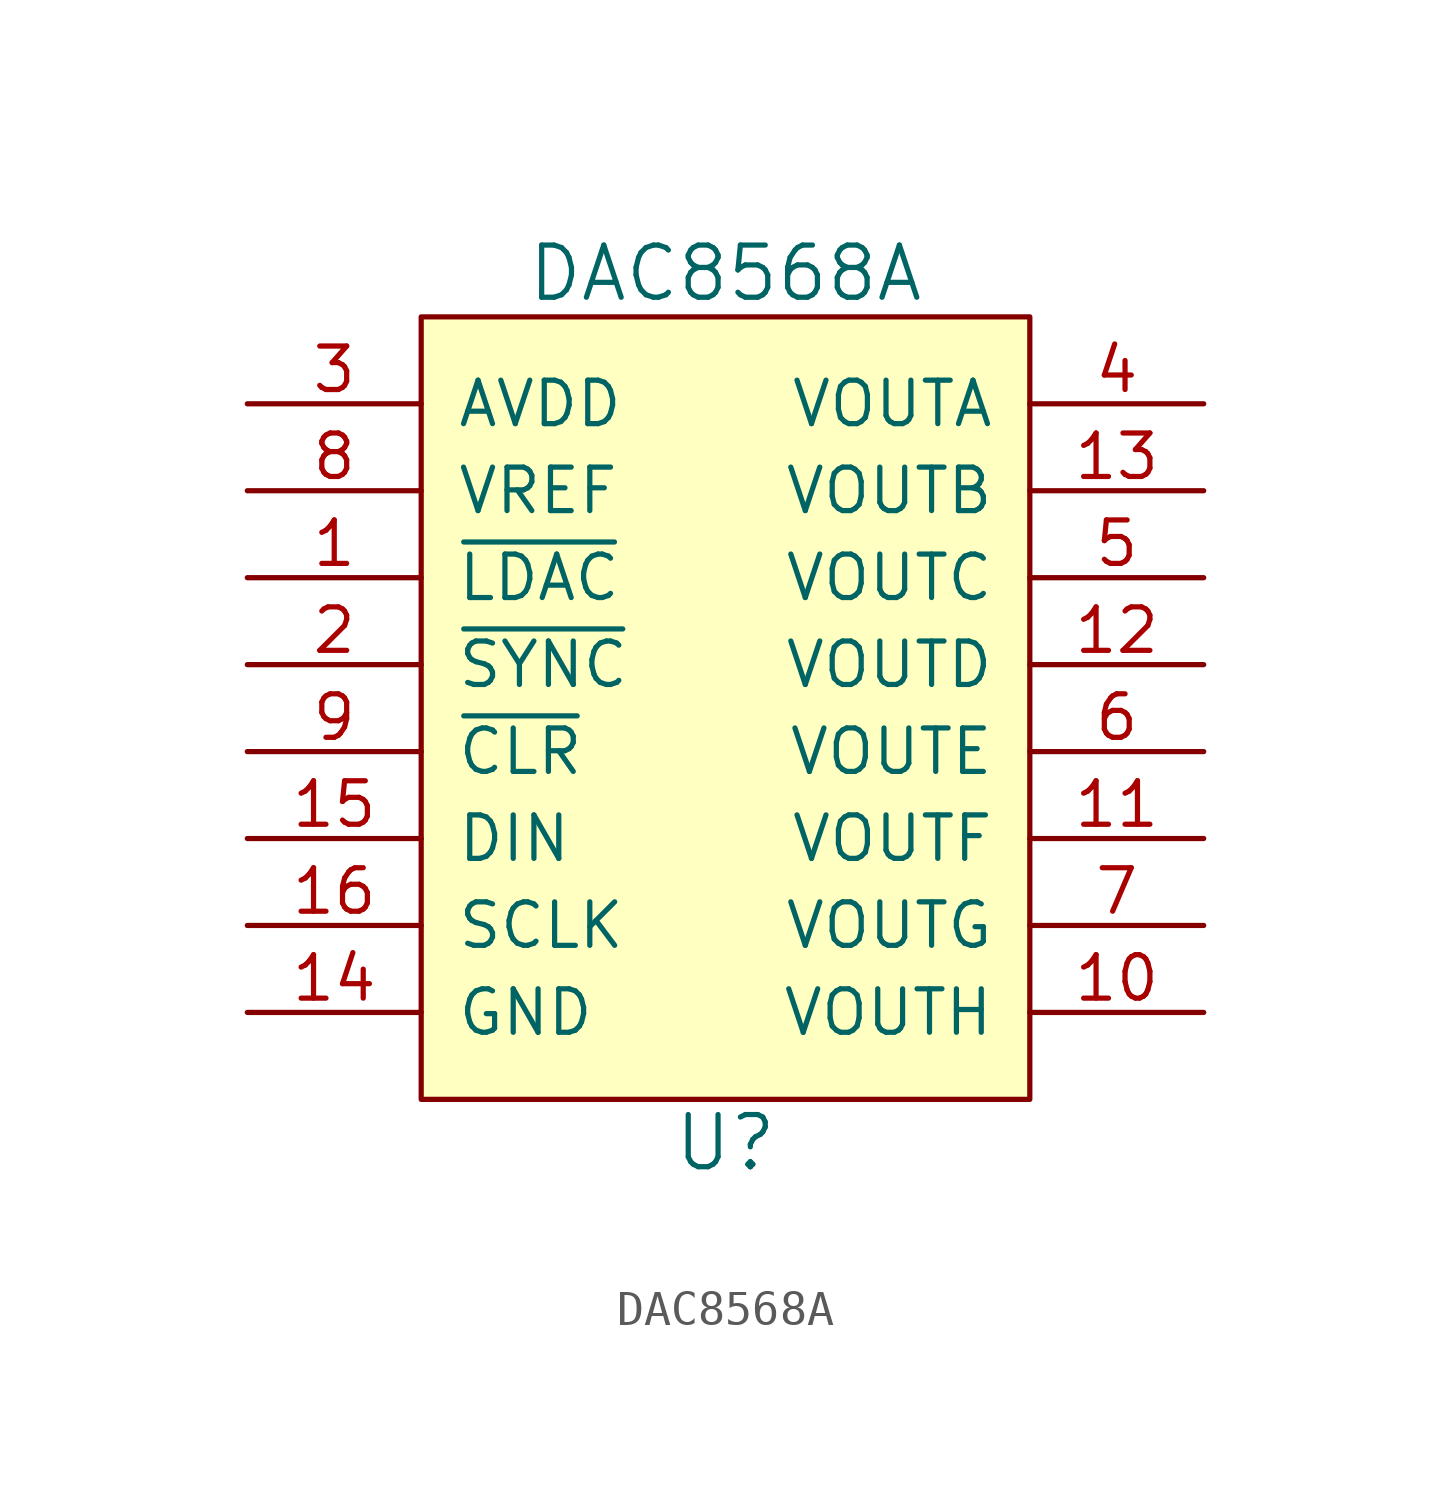
<source format=kicad_sym>
(kicad_symbol_lib
  (version 20220914)
  (generator kicad_symbol_editor)
  (symbol "DAC8568A"
    (pin_names
      (offset 1.016))
    (property "Reference" "U"
      (at 13.97 -21.59 0)
      (effects (font (size 1.524 1.524))))
    (property "Value" "DAC8568A"
      (at 13.97 3.81 0)
      (effects (font (size 1.524 1.524))))
    (symbol "DAC8568A_0_1"
      (rectangle (start 22.86 -20.32) (end 5.08 2.54) (stroke (width 0) (type solid)) (fill (type background))))
    (symbol "DAC8568A_1_1"
      (pin input line (at 0 -5.08 0) (length 5.08) (name "~{LDAC}" (effects (font (size 1.27 1.27)))) (number "1" (effects (font (size 1.27 1.27)))))
      (pin output line (at 27.94 -17.78 180) (length 5.08) (name "VOUTH" (effects (font (size 1.27 1.27)))) (number "10" (effects (font (size 1.27 1.27)))))
      (pin output line (at 27.94 -12.7 180) (length 5.08) (name "VOUTF" (effects (font (size 1.27 1.27)))) (number "11" (effects (font (size 1.27 1.27)))))
      (pin output line (at 27.94 -7.62 180) (length 5.08) (name "VOUTD" (effects (font (size 1.27 1.27)))) (number "12" (effects (font (size 1.27 1.27)))))
      (pin output line (at 27.94 -2.54 180) (length 5.08) (name "VOUTB" (effects (font (size 1.27 1.27)))) (number "13" (effects (font (size 1.27 1.27)))))
      (pin power_in line (at 0 -17.78 0) (length 5.08) (name "GND" (effects (font (size 1.27 1.27)))) (number "14" (effects (font (size 1.27 1.27)))))
      (pin input line (at 0 -12.7 0) (length 5.08) (name "DIN" (effects (font (size 1.27 1.27)))) (number "15" (effects (font (size 1.27 1.27)))))
      (pin input line (at 0 -15.24 0) (length 5.08) (name "SCLK" (effects (font (size 1.27 1.27)))) (number "16" (effects (font (size 1.27 1.27)))))
      (pin input line (at 0 -7.62 0) (length 5.08) (name "~{SYNC}" (effects (font (size 1.27 1.27)))) (number "2" (effects (font (size 1.27 1.27)))))
      (pin power_in line (at 0 0 0) (length 5.08) (name "AVDD" (effects (font (size 1.27 1.27)))) (number "3" (effects (font (size 1.27 1.27)))))
      (pin output line (at 27.94 0 180) (length 5.08) (name "VOUTA" (effects (font (size 1.27 1.27)))) (number "4" (effects (font (size 1.27 1.27)))))
      (pin output line (at 27.94 -5.08 180) (length 5.08) (name "VOUTC" (effects (font (size 1.27 1.27)))) (number "5" (effects (font (size 1.27 1.27)))))
      (pin output line (at 27.94 -10.16 180) (length 5.08) (name "VOUTE" (effects (font (size 1.27 1.27)))) (number "6" (effects (font (size 1.27 1.27)))))
      (pin output line (at 27.94 -15.24 180) (length 5.08) (name "VOUTG" (effects (font (size 1.27 1.27)))) (number "7" (effects (font (size 1.27 1.27)))))
      (pin input line (at 0 -2.54 0) (length 5.08) (name "VREF" (effects (font (size 1.27 1.27)))) (number "8" (effects (font (size 1.27 1.27)))))
      (pin input line (at 0 -10.16 0) (length 5.08) (name "~{CLR}" (effects (font (size 1.27 1.27)))) (number "9" (effects (font (size 1.27 1.27))))))))
</source>
